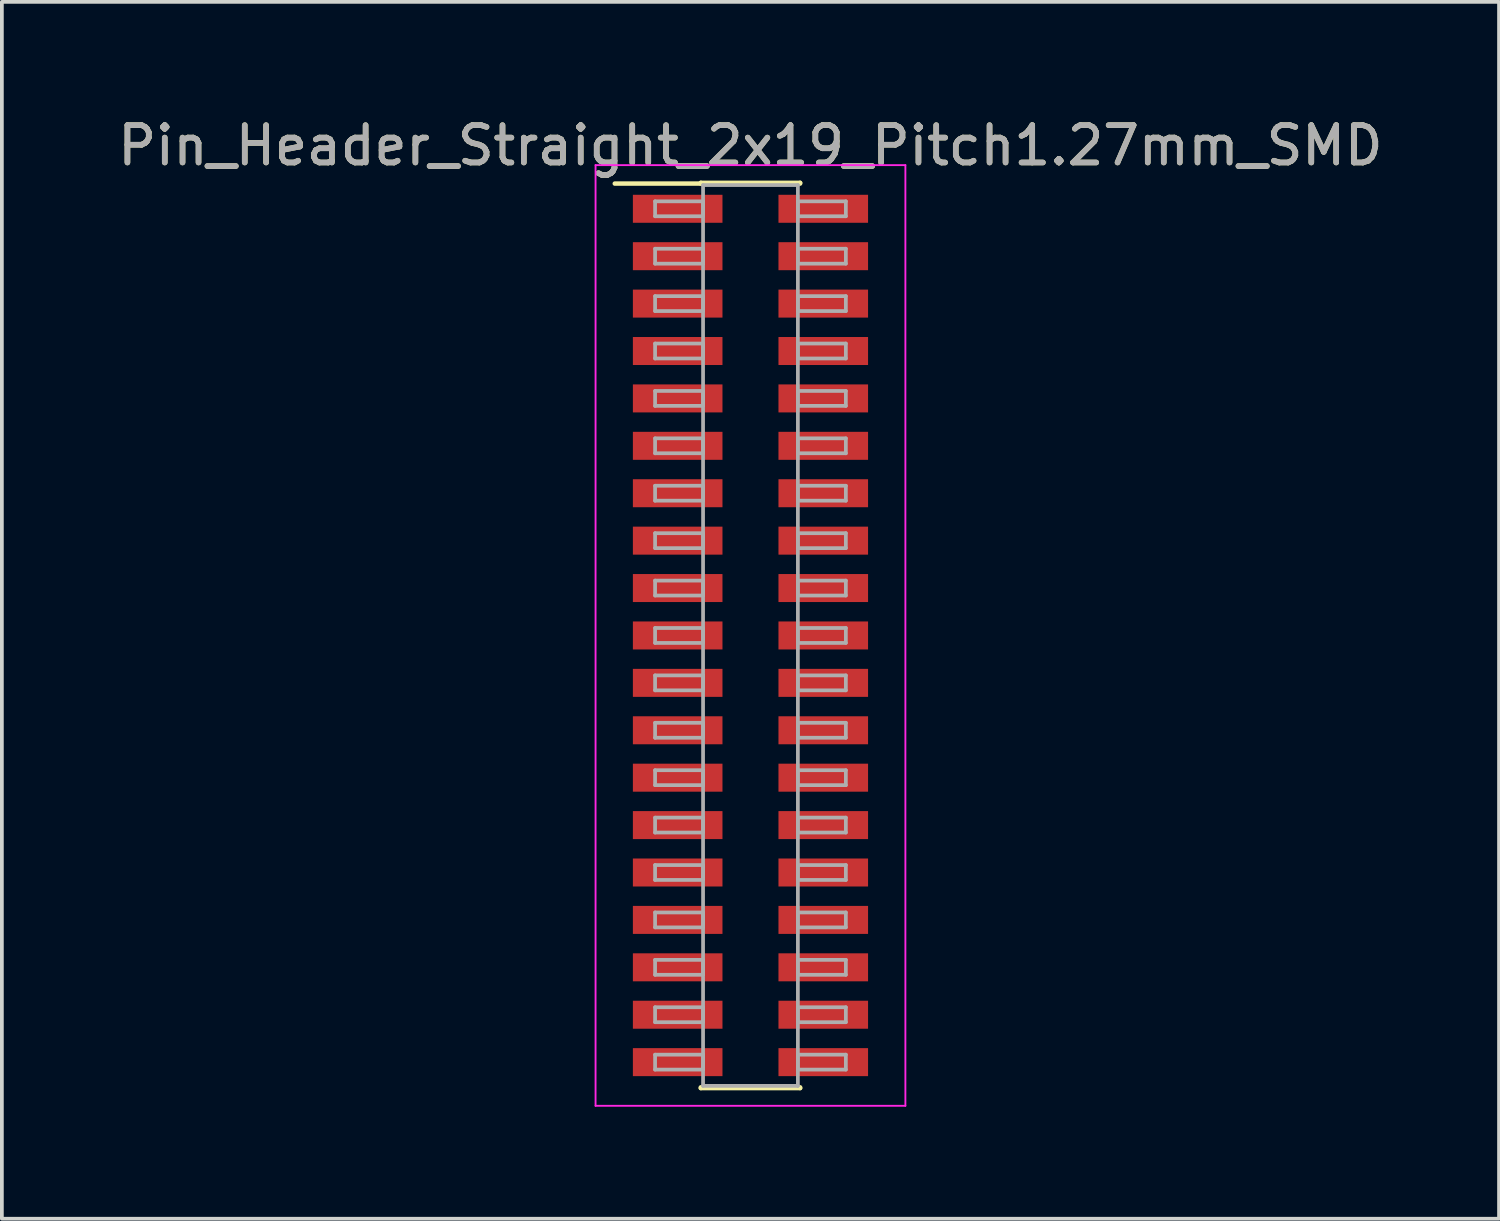
<source format=kicad_pcb>
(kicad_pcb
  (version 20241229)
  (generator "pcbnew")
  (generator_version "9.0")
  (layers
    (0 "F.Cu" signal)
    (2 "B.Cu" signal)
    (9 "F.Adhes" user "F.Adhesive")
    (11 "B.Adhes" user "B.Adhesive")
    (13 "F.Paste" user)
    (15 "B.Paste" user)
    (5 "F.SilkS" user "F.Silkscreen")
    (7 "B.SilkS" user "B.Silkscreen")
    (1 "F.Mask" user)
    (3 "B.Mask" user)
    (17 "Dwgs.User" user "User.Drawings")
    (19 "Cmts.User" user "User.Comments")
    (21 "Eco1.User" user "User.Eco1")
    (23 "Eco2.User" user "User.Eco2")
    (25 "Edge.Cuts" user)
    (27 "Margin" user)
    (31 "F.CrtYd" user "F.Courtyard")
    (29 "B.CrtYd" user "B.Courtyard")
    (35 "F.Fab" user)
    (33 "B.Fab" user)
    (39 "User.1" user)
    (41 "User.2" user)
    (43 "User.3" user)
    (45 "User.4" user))
  (footprint "Pin_Header_Straight_2x19_Pitch1.27mm_SMD"
    (layer "F.Cu")
    (at 17.054 13.973)
    (property "Reference" "Pin_Header_Straight_2x19_Pitch1.27mm_SMD" (at 0 -13.125 0) (layer "F.SilkS") (effects (font (size 1 1) (thickness 0.15))))
    (attr smd)
    (fp_line (start -3.635 -12.105) (end -1.33 -12.105) (stroke (width 0.12) (type solid)) (layer "F.SilkS"))
    (fp_line (start -1.33 -12.125) (end 1.33 -12.125) (stroke (width 0.12) (type solid)) (layer "F.SilkS"))
    (fp_line (start -1.33 -12.105) (end -1.33 -12.125) (stroke (width 0.12) (type solid)) (layer "F.SilkS"))
    (fp_line (start -1.33 12.105) (end -1.33 12.125) (stroke (width 0.12) (type solid)) (layer "F.SilkS"))
    (fp_line (start -1.33 12.125) (end 1.33 12.125) (stroke (width 0.12) (type solid)) (layer "F.SilkS"))
    (fp_line (start 1.33 -12.125) (end 1.33 -12.105) (stroke (width 0.12) (type solid)) (layer "F.SilkS"))
    (fp_line (start 1.33 12.125) (end 1.33 12.105) (stroke (width 0.12) (type solid)) (layer "F.SilkS"))
    (fp_line (start -4.15 -12.6) (end -4.15 12.6) (stroke (width 0.05) (type solid)) (layer "F.CrtYd"))
    (fp_line (start -4.15 12.6) (end 4.15 12.6) (stroke (width 0.05) (type solid)) (layer "F.CrtYd"))
    (fp_line (start 4.15 -12.6) (end -4.15 -12.6) (stroke (width 0.05) (type solid)) (layer "F.CrtYd"))
    (fp_line (start 4.15 12.6) (end 4.15 -12.6) (stroke (width 0.05) (type solid)) (layer "F.CrtYd"))
    (fp_line (start -2.555 -11.63) (end -1.27 -11.63) (stroke (width 0.1) (type solid)) (layer "F.Fab"))
    (fp_line (start -2.555 -11.23) (end -2.555 -11.63) (stroke (width 0.1) (type solid)) (layer "F.Fab"))
    (fp_line (start -2.555 -10.36) (end -1.27 -10.36) (stroke (width 0.1) (type solid)) (layer "F.Fab"))
    (fp_line (start -2.555 -9.96) (end -2.555 -10.36) (stroke (width 0.1) (type solid)) (layer "F.Fab"))
    (fp_line (start -2.555 -9.09) (end -1.27 -9.09) (stroke (width 0.1) (type solid)) (layer "F.Fab"))
    (fp_line (start -2.555 -8.69) (end -2.555 -9.09) (stroke (width 0.1) (type solid)) (layer "F.Fab"))
    (fp_line (start -2.555 -7.82) (end -1.27 -7.82) (stroke (width 0.1) (type solid)) (layer "F.Fab"))
    (fp_line (start -2.555 -7.42) (end -2.555 -7.82) (stroke (width 0.1) (type solid)) (layer "F.Fab"))
    (fp_line (start -2.555 -6.55) (end -1.27 -6.55) (stroke (width 0.1) (type solid)) (layer "F.Fab"))
    (fp_line (start -2.555 -6.15) (end -2.555 -6.55) (stroke (width 0.1) (type solid)) (layer "F.Fab"))
    (fp_line (start -2.555 -5.28) (end -1.27 -5.28) (stroke (width 0.1) (type solid)) (layer "F.Fab"))
    (fp_line (start -2.555 -4.88) (end -2.555 -5.28) (stroke (width 0.1) (type solid)) (layer "F.Fab"))
    (fp_line (start -2.555 -4.01) (end -1.27 -4.01) (stroke (width 0.1) (type solid)) (layer "F.Fab"))
    (fp_line (start -2.555 -3.61) (end -2.555 -4.01) (stroke (width 0.1) (type solid)) (layer "F.Fab"))
    (fp_line (start -2.555 -2.74) (end -1.27 -2.74) (stroke (width 0.1) (type solid)) (layer "F.Fab"))
    (fp_line (start -2.555 -2.34) (end -2.555 -2.74) (stroke (width 0.1) (type solid)) (layer "F.Fab"))
    (fp_line (start -2.555 -1.47) (end -1.27 -1.47) (stroke (width 0.1) (type solid)) (layer "F.Fab"))
    (fp_line (start -2.555 -1.07) (end -2.555 -1.47) (stroke (width 0.1) (type solid)) (layer "F.Fab"))
    (fp_line (start -2.555 -0.2) (end -1.27 -0.2) (stroke (width 0.1) (type solid)) (layer "F.Fab"))
    (fp_line (start -2.555 0.2) (end -2.555 -0.2) (stroke (width 0.1) (type solid)) (layer "F.Fab"))
    (fp_line (start -2.555 1.07) (end -1.27 1.07) (stroke (width 0.1) (type solid)) (layer "F.Fab"))
    (fp_line (start -2.555 1.47) (end -2.555 1.07) (stroke (width 0.1) (type solid)) (layer "F.Fab"))
    (fp_line (start -2.555 2.34) (end -1.27 2.34) (stroke (width 0.1) (type solid)) (layer "F.Fab"))
    (fp_line (start -2.555 2.74) (end -2.555 2.34) (stroke (width 0.1) (type solid)) (layer "F.Fab"))
    (fp_line (start -2.555 3.61) (end -1.27 3.61) (stroke (width 0.1) (type solid)) (layer "F.Fab"))
    (fp_line (start -2.555 4.01) (end -2.555 3.61) (stroke (width 0.1) (type solid)) (layer "F.Fab"))
    (fp_line (start -2.555 4.88) (end -1.27 4.88) (stroke (width 0.1) (type solid)) (layer "F.Fab"))
    (fp_line (start -2.555 5.28) (end -2.555 4.88) (stroke (width 0.1) (type solid)) (layer "F.Fab"))
    (fp_line (start -2.555 6.15) (end -1.27 6.15) (stroke (width 0.1) (type solid)) (layer "F.Fab"))
    (fp_line (start -2.555 6.55) (end -2.555 6.15) (stroke (width 0.1) (type solid)) (layer "F.Fab"))
    (fp_line (start -2.555 7.42) (end -1.27 7.42) (stroke (width 0.1) (type solid)) (layer "F.Fab"))
    (fp_line (start -2.555 7.82) (end -2.555 7.42) (stroke (width 0.1) (type solid)) (layer "F.Fab"))
    (fp_line (start -2.555 8.69) (end -1.27 8.69) (stroke (width 0.1) (type solid)) (layer "F.Fab"))
    (fp_line (start -2.555 9.09) (end -2.555 8.69) (stroke (width 0.1) (type solid)) (layer "F.Fab"))
    (fp_line (start -2.555 9.96) (end -1.27 9.96) (stroke (width 0.1) (type solid)) (layer "F.Fab"))
    (fp_line (start -2.555 10.36) (end -2.555 9.96) (stroke (width 0.1) (type solid)) (layer "F.Fab"))
    (fp_line (start -2.555 11.23) (end -1.27 11.23) (stroke (width 0.1) (type solid)) (layer "F.Fab"))
    (fp_line (start -2.555 11.63) (end -2.555 11.23) (stroke (width 0.1) (type solid)) (layer "F.Fab"))
    (fp_line (start -1.27 -12.065) (end -1.27 12.065) (stroke (width 0.1) (type solid)) (layer "F.Fab"))
    (fp_line (start -1.27 -11.63) (end -1.27 -11.23) (stroke (width 0.1) (type solid)) (layer "F.Fab"))
    (fp_line (start -1.27 -11.23) (end -2.555 -11.23) (stroke (width 0.1) (type solid)) (layer "F.Fab"))
    (fp_line (start -1.27 -10.36) (end -1.27 -9.96) (stroke (width 0.1) (type solid)) (layer "F.Fab"))
    (fp_line (start -1.27 -9.96) (end -2.555 -9.96) (stroke (width 0.1) (type solid)) (layer "F.Fab"))
    (fp_line (start -1.27 -9.09) (end -1.27 -8.69) (stroke (width 0.1) (type solid)) (layer "F.Fab"))
    (fp_line (start -1.27 -8.69) (end -2.555 -8.69) (stroke (width 0.1) (type solid)) (layer "F.Fab"))
    (fp_line (start -1.27 -7.82) (end -1.27 -7.42) (stroke (width 0.1) (type solid)) (layer "F.Fab"))
    (fp_line (start -1.27 -7.42) (end -2.555 -7.42) (stroke (width 0.1) (type solid)) (layer "F.Fab"))
    (fp_line (start -1.27 -6.55) (end -1.27 -6.15) (stroke (width 0.1) (type solid)) (layer "F.Fab"))
    (fp_line (start -1.27 -6.15) (end -2.555 -6.15) (stroke (width 0.1) (type solid)) (layer "F.Fab"))
    (fp_line (start -1.27 -5.28) (end -1.27 -4.88) (stroke (width 0.1) (type solid)) (layer "F.Fab"))
    (fp_line (start -1.27 -4.88) (end -2.555 -4.88) (stroke (width 0.1) (type solid)) (layer "F.Fab"))
    (fp_line (start -1.27 -4.01) (end -1.27 -3.61) (stroke (width 0.1) (type solid)) (layer "F.Fab"))
    (fp_line (start -1.27 -3.61) (end -2.555 -3.61) (stroke (width 0.1) (type solid)) (layer "F.Fab"))
    (fp_line (start -1.27 -2.74) (end -1.27 -2.34) (stroke (width 0.1) (type solid)) (layer "F.Fab"))
    (fp_line (start -1.27 -2.34) (end -2.555 -2.34) (stroke (width 0.1) (type solid)) (layer "F.Fab"))
    (fp_line (start -1.27 -1.47) (end -1.27 -1.07) (stroke (width 0.1) (type solid)) (layer "F.Fab"))
    (fp_line (start -1.27 -1.07) (end -2.555 -1.07) (stroke (width 0.1) (type solid)) (layer "F.Fab"))
    (fp_line (start -1.27 -0.2) (end -1.27 0.2) (stroke (width 0.1) (type solid)) (layer "F.Fab"))
    (fp_line (start -1.27 0.2) (end -2.555 0.2) (stroke (width 0.1) (type solid)) (layer "F.Fab"))
    (fp_line (start -1.27 1.07) (end -1.27 1.47) (stroke (width 0.1) (type solid)) (layer "F.Fab"))
    (fp_line (start -1.27 1.47) (end -2.555 1.47) (stroke (width 0.1) (type solid)) (layer "F.Fab"))
    (fp_line (start -1.27 2.34) (end -1.27 2.74) (stroke (width 0.1) (type solid)) (layer "F.Fab"))
    (fp_line (start -1.27 2.74) (end -2.555 2.74) (stroke (width 0.1) (type solid)) (layer "F.Fab"))
    (fp_line (start -1.27 3.61) (end -1.27 4.01) (stroke (width 0.1) (type solid)) (layer "F.Fab"))
    (fp_line (start -1.27 4.01) (end -2.555 4.01) (stroke (width 0.1) (type solid)) (layer "F.Fab"))
    (fp_line (start -1.27 4.88) (end -1.27 5.28) (stroke (width 0.1) (type solid)) (layer "F.Fab"))
    (fp_line (start -1.27 5.28) (end -2.555 5.28) (stroke (width 0.1) (type solid)) (layer "F.Fab"))
    (fp_line (start -1.27 6.15) (end -1.27 6.55) (stroke (width 0.1) (type solid)) (layer "F.Fab"))
    (fp_line (start -1.27 6.55) (end -2.555 6.55) (stroke (width 0.1) (type solid)) (layer "F.Fab"))
    (fp_line (start -1.27 7.42) (end -1.27 7.82) (stroke (width 0.1) (type solid)) (layer "F.Fab"))
    (fp_line (start -1.27 7.82) (end -2.555 7.82) (stroke (width 0.1) (type solid)) (layer "F.Fab"))
    (fp_line (start -1.27 8.69) (end -1.27 9.09) (stroke (width 0.1) (type solid)) (layer "F.Fab"))
    (fp_line (start -1.27 9.09) (end -2.555 9.09) (stroke (width 0.1) (type solid)) (layer "F.Fab"))
    (fp_line (start -1.27 9.96) (end -1.27 10.36) (stroke (width 0.1) (type solid)) (layer "F.Fab"))
    (fp_line (start -1.27 10.36) (end -2.555 10.36) (stroke (width 0.1) (type solid)) (layer "F.Fab"))
    (fp_line (start -1.27 11.23) (end -1.27 11.63) (stroke (width 0.1) (type solid)) (layer "F.Fab"))
    (fp_line (start -1.27 11.63) (end -2.555 11.63) (stroke (width 0.1) (type solid)) (layer "F.Fab"))
    (fp_line (start -1.27 12.065) (end 1.27 12.065) (stroke (width 0.1) (type solid)) (layer "F.Fab"))
    (fp_line (start 1.27 -12.065) (end -1.27 -12.065) (stroke (width 0.1) (type solid)) (layer "F.Fab"))
    (fp_line (start 1.27 -11.63) (end 1.27 -11.23) (stroke (width 0.1) (type solid)) (layer "F.Fab"))
    (fp_line (start 1.27 -11.23) (end 2.555 -11.23) (stroke (width 0.1) (type solid)) (layer "F.Fab"))
    (fp_line (start 1.27 -10.36) (end 1.27 -9.96) (stroke (width 0.1) (type solid)) (layer "F.Fab"))
    (fp_line (start 1.27 -9.96) (end 2.555 -9.96) (stroke (width 0.1) (type solid)) (layer "F.Fab"))
    (fp_line (start 1.27 -9.09) (end 1.27 -8.69) (stroke (width 0.1) (type solid)) (layer "F.Fab"))
    (fp_line (start 1.27 -8.69) (end 2.555 -8.69) (stroke (width 0.1) (type solid)) (layer "F.Fab"))
    (fp_line (start 1.27 -7.82) (end 1.27 -7.42) (stroke (width 0.1) (type solid)) (layer "F.Fab"))
    (fp_line (start 1.27 -7.42) (end 2.555 -7.42) (stroke (width 0.1) (type solid)) (layer "F.Fab"))
    (fp_line (start 1.27 -6.55) (end 1.27 -6.15) (stroke (width 0.1) (type solid)) (layer "F.Fab"))
    (fp_line (start 1.27 -6.15) (end 2.555 -6.15) (stroke (width 0.1) (type solid)) (layer "F.Fab"))
    (fp_line (start 1.27 -5.28) (end 1.27 -4.88) (stroke (width 0.1) (type solid)) (layer "F.Fab"))
    (fp_line (start 1.27 -4.88) (end 2.555 -4.88) (stroke (width 0.1) (type solid)) (layer "F.Fab"))
    (fp_line (start 1.27 -4.01) (end 1.27 -3.61) (stroke (width 0.1) (type solid)) (layer "F.Fab"))
    (fp_line (start 1.27 -3.61) (end 2.555 -3.61) (stroke (width 0.1) (type solid)) (layer "F.Fab"))
    (fp_line (start 1.27 -2.74) (end 1.27 -2.34) (stroke (width 0.1) (type solid)) (layer "F.Fab"))
    (fp_line (start 1.27 -2.34) (end 2.555 -2.34) (stroke (width 0.1) (type solid)) (layer "F.Fab"))
    (fp_line (start 1.27 -1.47) (end 1.27 -1.07) (stroke (width 0.1) (type solid)) (layer "F.Fab"))
    (fp_line (start 1.27 -1.07) (end 2.555 -1.07) (stroke (width 0.1) (type solid)) (layer "F.Fab"))
    (fp_line (start 1.27 -0.2) (end 1.27 0.2) (stroke (width 0.1) (type solid)) (layer "F.Fab"))
    (fp_line (start 1.27 0.2) (end 2.555 0.2) (stroke (width 0.1) (type solid)) (layer "F.Fab"))
    (fp_line (start 1.27 1.07) (end 1.27 1.47) (stroke (width 0.1) (type solid)) (layer "F.Fab"))
    (fp_line (start 1.27 1.47) (end 2.555 1.47) (stroke (width 0.1) (type solid)) (layer "F.Fab"))
    (fp_line (start 1.27 2.34) (end 1.27 2.74) (stroke (width 0.1) (type solid)) (layer "F.Fab"))
    (fp_line (start 1.27 2.74) (end 2.555 2.74) (stroke (width 0.1) (type solid)) (layer "F.Fab"))
    (fp_line (start 1.27 3.61) (end 1.27 4.01) (stroke (width 0.1) (type solid)) (layer "F.Fab"))
    (fp_line (start 1.27 4.01) (end 2.555 4.01) (stroke (width 0.1) (type solid)) (layer "F.Fab"))
    (fp_line (start 1.27 4.88) (end 1.27 5.28) (stroke (width 0.1) (type solid)) (layer "F.Fab"))
    (fp_line (start 1.27 5.28) (end 2.555 5.28) (stroke (width 0.1) (type solid)) (layer "F.Fab"))
    (fp_line (start 1.27 6.15) (end 1.27 6.55) (stroke (width 0.1) (type solid)) (layer "F.Fab"))
    (fp_line (start 1.27 6.55) (end 2.555 6.55) (stroke (width 0.1) (type solid)) (layer "F.Fab"))
    (fp_line (start 1.27 7.42) (end 1.27 7.82) (stroke (width 0.1) (type solid)) (layer "F.Fab"))
    (fp_line (start 1.27 7.82) (end 2.555 7.82) (stroke (width 0.1) (type solid)) (layer "F.Fab"))
    (fp_line (start 1.27 8.69) (end 1.27 9.09) (stroke (width 0.1) (type solid)) (layer "F.Fab"))
    (fp_line (start 1.27 9.09) (end 2.555 9.09) (stroke (width 0.1) (type solid)) (layer "F.Fab"))
    (fp_line (start 1.27 9.96) (end 1.27 10.36) (stroke (width 0.1) (type solid)) (layer "F.Fab"))
    (fp_line (start 1.27 10.36) (end 2.555 10.36) (stroke (width 0.1) (type solid)) (layer "F.Fab"))
    (fp_line (start 1.27 11.23) (end 1.27 11.63) (stroke (width 0.1) (type solid)) (layer "F.Fab"))
    (fp_line (start 1.27 11.63) (end 2.555 11.63) (stroke (width 0.1) (type solid)) (layer "F.Fab"))
    (fp_line (start 1.27 12.065) (end 1.27 -12.065) (stroke (width 0.1) (type solid)) (layer "F.Fab"))
    (fp_line (start 2.555 -11.63) (end 1.27 -11.63) (stroke (width 0.1) (type solid)) (layer "F.Fab"))
    (fp_line (start 2.555 -11.23) (end 2.555 -11.63) (stroke (width 0.1) (type solid)) (layer "F.Fab"))
    (fp_line (start 2.555 -10.36) (end 1.27 -10.36) (stroke (width 0.1) (type solid)) (layer "F.Fab"))
    (fp_line (start 2.555 -9.96) (end 2.555 -10.36) (stroke (width 0.1) (type solid)) (layer "F.Fab"))
    (fp_line (start 2.555 -9.09) (end 1.27 -9.09) (stroke (width 0.1) (type solid)) (layer "F.Fab"))
    (fp_line (start 2.555 -8.69) (end 2.555 -9.09) (stroke (width 0.1) (type solid)) (layer "F.Fab"))
    (fp_line (start 2.555 -7.82) (end 1.27 -7.82) (stroke (width 0.1) (type solid)) (layer "F.Fab"))
    (fp_line (start 2.555 -7.42) (end 2.555 -7.82) (stroke (width 0.1) (type solid)) (layer "F.Fab"))
    (fp_line (start 2.555 -6.55) (end 1.27 -6.55) (stroke (width 0.1) (type solid)) (layer "F.Fab"))
    (fp_line (start 2.555 -6.15) (end 2.555 -6.55) (stroke (width 0.1) (type solid)) (layer "F.Fab"))
    (fp_line (start 2.555 -5.28) (end 1.27 -5.28) (stroke (width 0.1) (type solid)) (layer "F.Fab"))
    (fp_line (start 2.555 -4.88) (end 2.555 -5.28) (stroke (width 0.1) (type solid)) (layer "F.Fab"))
    (fp_line (start 2.555 -4.01) (end 1.27 -4.01) (stroke (width 0.1) (type solid)) (layer "F.Fab"))
    (fp_line (start 2.555 -3.61) (end 2.555 -4.01) (stroke (width 0.1) (type solid)) (layer "F.Fab"))
    (fp_line (start 2.555 -2.74) (end 1.27 -2.74) (stroke (width 0.1) (type solid)) (layer "F.Fab"))
    (fp_line (start 2.555 -2.34) (end 2.555 -2.74) (stroke (width 0.1) (type solid)) (layer "F.Fab"))
    (fp_line (start 2.555 -1.47) (end 1.27 -1.47) (stroke (width 0.1) (type solid)) (layer "F.Fab"))
    (fp_line (start 2.555 -1.07) (end 2.555 -1.47) (stroke (width 0.1) (type solid)) (layer "F.Fab"))
    (fp_line (start 2.555 -0.2) (end 1.27 -0.2) (stroke (width 0.1) (type solid)) (layer "F.Fab"))
    (fp_line (start 2.555 0.2) (end 2.555 -0.2) (stroke (width 0.1) (type solid)) (layer "F.Fab"))
    (fp_line (start 2.555 1.07) (end 1.27 1.07) (stroke (width 0.1) (type solid)) (layer "F.Fab"))
    (fp_line (start 2.555 1.47) (end 2.555 1.07) (stroke (width 0.1) (type solid)) (layer "F.Fab"))
    (fp_line (start 2.555 2.34) (end 1.27 2.34) (stroke (width 0.1) (type solid)) (layer "F.Fab"))
    (fp_line (start 2.555 2.74) (end 2.555 2.34) (stroke (width 0.1) (type solid)) (layer "F.Fab"))
    (fp_line (start 2.555 3.61) (end 1.27 3.61) (stroke (width 0.1) (type solid)) (layer "F.Fab"))
    (fp_line (start 2.555 4.01) (end 2.555 3.61) (stroke (width 0.1) (type solid)) (layer "F.Fab"))
    (fp_line (start 2.555 4.88) (end 1.27 4.88) (stroke (width 0.1) (type solid)) (layer "F.Fab"))
    (fp_line (start 2.555 5.28) (end 2.555 4.88) (stroke (width 0.1) (type solid)) (layer "F.Fab"))
    (fp_line (start 2.555 6.15) (end 1.27 6.15) (stroke (width 0.1) (type solid)) (layer "F.Fab"))
    (fp_line (start 2.555 6.55) (end 2.555 6.15) (stroke (width 0.1) (type solid)) (layer "F.Fab"))
    (fp_line (start 2.555 7.42) (end 1.27 7.42) (stroke (width 0.1) (type solid)) (layer "F.Fab"))
    (fp_line (start 2.555 7.82) (end 2.555 7.42) (stroke (width 0.1) (type solid)) (layer "F.Fab"))
    (fp_line (start 2.555 8.69) (end 1.27 8.69) (stroke (width 0.1) (type solid)) (layer "F.Fab"))
    (fp_line (start 2.555 9.09) (end 2.555 8.69) (stroke (width 0.1) (type solid)) (layer "F.Fab"))
    (fp_line (start 2.555 9.96) (end 1.27 9.96) (stroke (width 0.1) (type solid)) (layer "F.Fab"))
    (fp_line (start 2.555 10.36) (end 2.555 9.96) (stroke (width 0.1) (type solid)) (layer "F.Fab"))
    (fp_line (start 2.555 11.23) (end 1.27 11.23) (stroke (width 0.1) (type solid)) (layer "F.Fab"))
    (fp_line (start 2.555 11.63) (end 2.555 11.23) (stroke (width 0.1) (type solid)) (layer "F.Fab"))
    (fp_text user "${REFERENCE}" (at 0 -13.125 0) (layer "F.Fab") (effects (font (size 1 1) (thickness 0.15))))
    (pad "1" smd rect (at -1.95 -11.43) (size 2.4 0.75) (layers "F.Cu" "F.Mask" "F.Paste"))
    (pad "2" smd rect (at 1.95 -11.43) (size 2.4 0.75) (layers "F.Cu" "F.Mask" "F.Paste"))
    (pad "3" smd rect (at -1.95 -10.16) (size 2.4 0.75) (layers "F.Cu" "F.Mask" "F.Paste"))
    (pad "4" smd rect (at 1.95 -10.16) (size 2.4 0.75) (layers "F.Cu" "F.Mask" "F.Paste"))
    (pad "5" smd rect (at -1.95 -8.89) (size 2.4 0.75) (layers "F.Cu" "F.Mask" "F.Paste"))
    (pad "6" smd rect (at 1.95 -8.89) (size 2.4 0.75) (layers "F.Cu" "F.Mask" "F.Paste"))
    (pad "7" smd rect (at -1.95 -7.62) (size 2.4 0.75) (layers "F.Cu" "F.Mask" "F.Paste"))
    (pad "8" smd rect (at 1.95 -7.62) (size 2.4 0.75) (layers "F.Cu" "F.Mask" "F.Paste"))
    (pad "9" smd rect (at -1.95 -6.35) (size 2.4 0.75) (layers "F.Cu" "F.Mask" "F.Paste"))
    (pad "10" smd rect (at 1.95 -6.35) (size 2.4 0.75) (layers "F.Cu" "F.Mask" "F.Paste"))
    (pad "11" smd rect (at -1.95 -5.08) (size 2.4 0.75) (layers "F.Cu" "F.Mask" "F.Paste"))
    (pad "12" smd rect (at 1.95 -5.08) (size 2.4 0.75) (layers "F.Cu" "F.Mask" "F.Paste"))
    (pad "13" smd rect (at -1.95 -3.81) (size 2.4 0.75) (layers "F.Cu" "F.Mask" "F.Paste"))
    (pad "14" smd rect (at 1.95 -3.81) (size 2.4 0.75) (layers "F.Cu" "F.Mask" "F.Paste"))
    (pad "15" smd rect (at -1.95 -2.54) (size 2.4 0.75) (layers "F.Cu" "F.Mask" "F.Paste"))
    (pad "16" smd rect (at 1.95 -2.54) (size 2.4 0.75) (layers "F.Cu" "F.Mask" "F.Paste"))
    (pad "17" smd rect (at -1.95 -1.27) (size 2.4 0.75) (layers "F.Cu" "F.Mask" "F.Paste"))
    (pad "18" smd rect (at 1.95 -1.27) (size 2.4 0.75) (layers "F.Cu" "F.Mask" "F.Paste"))
    (pad "19" smd rect (at -1.95 0) (size 2.4 0.75) (layers "F.Cu" "F.Mask" "F.Paste"))
    (pad "20" smd rect (at 1.95 0) (size 2.4 0.75) (layers "F.Cu" "F.Mask" "F.Paste"))
    (pad "21" smd rect (at -1.95 1.27) (size 2.4 0.75) (layers "F.Cu" "F.Mask" "F.Paste"))
    (pad "22" smd rect (at 1.95 1.27) (size 2.4 0.75) (layers "F.Cu" "F.Mask" "F.Paste"))
    (pad "23" smd rect (at -1.95 2.54) (size 2.4 0.75) (layers "F.Cu" "F.Mask" "F.Paste"))
    (pad "24" smd rect (at 1.95 2.54) (size 2.4 0.75) (layers "F.Cu" "F.Mask" "F.Paste"))
    (pad "25" smd rect (at -1.95 3.81) (size 2.4 0.75) (layers "F.Cu" "F.Mask" "F.Paste"))
    (pad "26" smd rect (at 1.95 3.81) (size 2.4 0.75) (layers "F.Cu" "F.Mask" "F.Paste"))
    (pad "27" smd rect (at -1.95 5.08) (size 2.4 0.75) (layers "F.Cu" "F.Mask" "F.Paste"))
    (pad "28" smd rect (at 1.95 5.08) (size 2.4 0.75) (layers "F.Cu" "F.Mask" "F.Paste"))
    (pad "29" smd rect (at -1.95 6.35) (size 2.4 0.75) (layers "F.Cu" "F.Mask" "F.Paste"))
    (pad "30" smd rect (at 1.95 6.35) (size 2.4 0.75) (layers "F.Cu" "F.Mask" "F.Paste"))
    (pad "31" smd rect (at -1.95 7.62) (size 2.4 0.75) (layers "F.Cu" "F.Mask" "F.Paste"))
    (pad "32" smd rect (at 1.95 7.62) (size 2.4 0.75) (layers "F.Cu" "F.Mask" "F.Paste"))
    (pad "33" smd rect (at -1.95 8.89) (size 2.4 0.75) (layers "F.Cu" "F.Mask" "F.Paste"))
    (pad "34" smd rect (at 1.95 8.89) (size 2.4 0.75) (layers "F.Cu" "F.Mask" "F.Paste"))
    (pad "35" smd rect (at -1.95 10.16) (size 2.4 0.75) (layers "F.Cu" "F.Mask" "F.Paste"))
    (pad "36" smd rect (at 1.95 10.16) (size 2.4 0.75) (layers "F.Cu" "F.Mask" "F.Paste"))
    (pad "37" smd rect (at -1.95 11.43) (size 2.4 0.75) (layers "F.Cu" "F.Mask" "F.Paste"))
    (pad "38" smd rect (at 1.95 11.43) (size 2.4 0.75) (layers "F.Cu" "F.Mask" "F.Paste")))
  (gr_rect
    (start -3 -3)
    (end 37.107 29.598)
    (stroke (width 0.1) (type default))
    (fill no)
    (layer "Edge.Cuts")))
</source>
